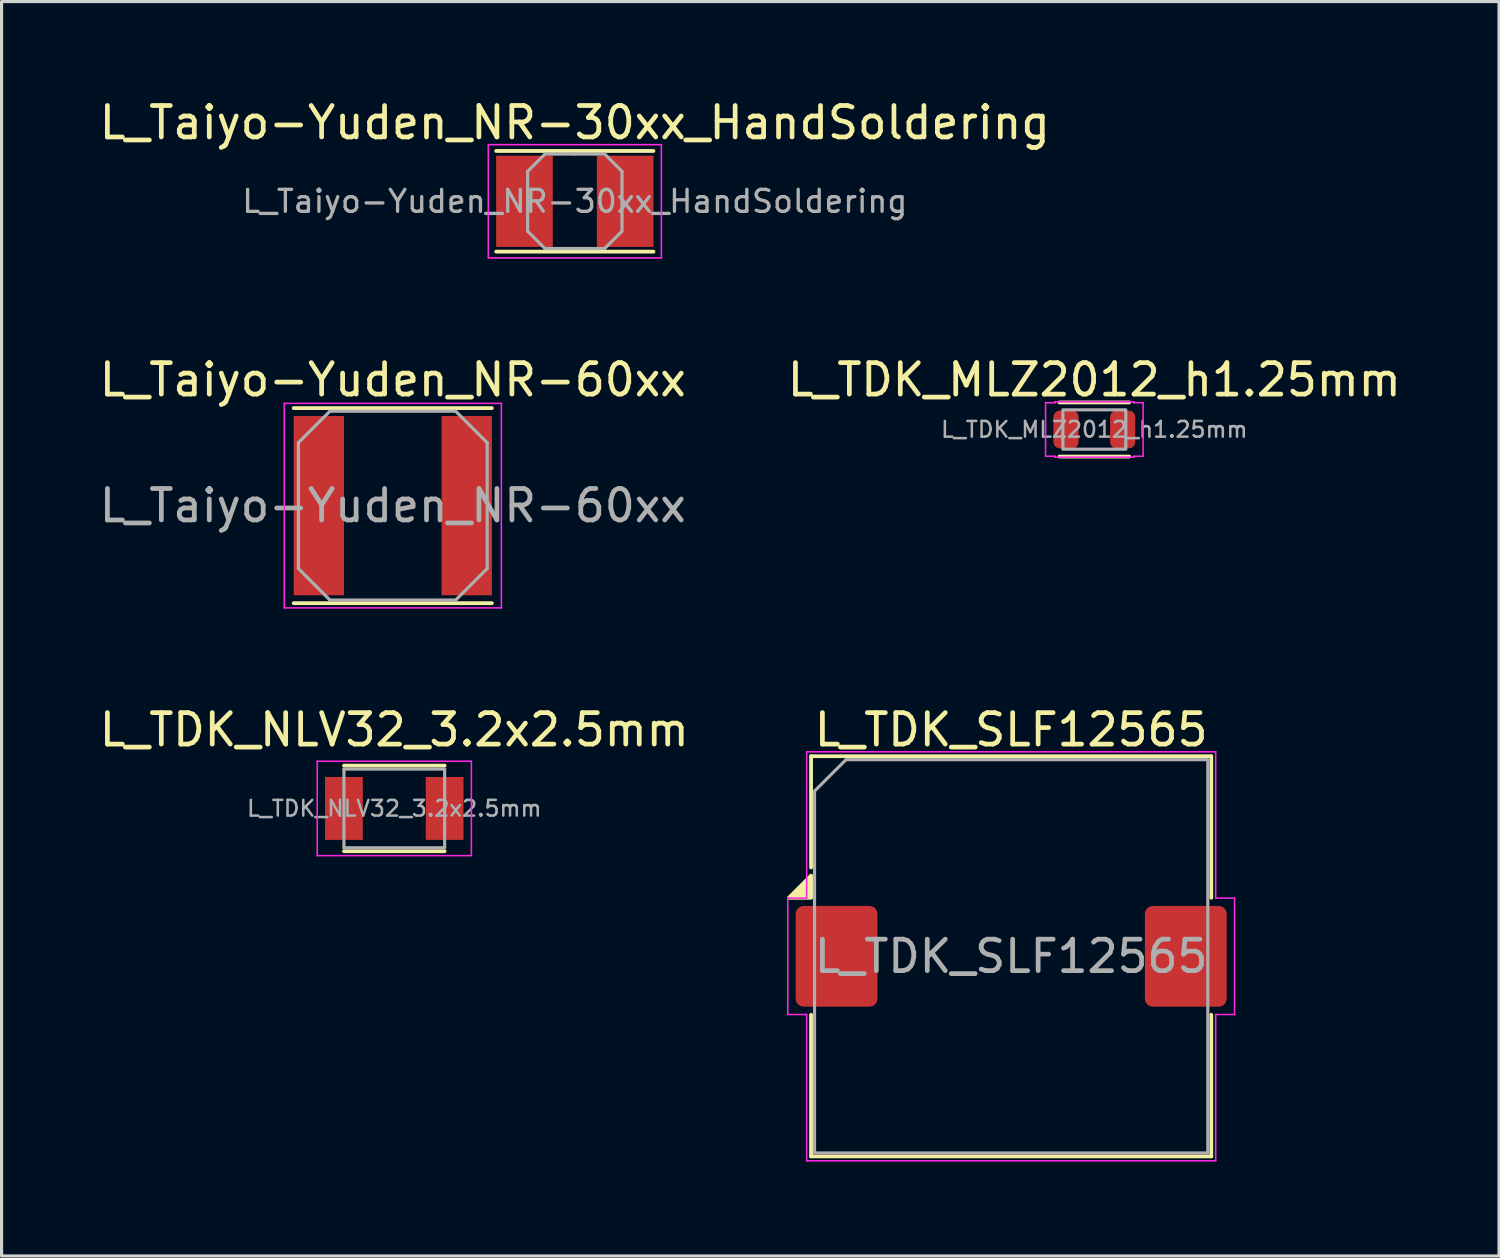
<source format=kicad_pcb>
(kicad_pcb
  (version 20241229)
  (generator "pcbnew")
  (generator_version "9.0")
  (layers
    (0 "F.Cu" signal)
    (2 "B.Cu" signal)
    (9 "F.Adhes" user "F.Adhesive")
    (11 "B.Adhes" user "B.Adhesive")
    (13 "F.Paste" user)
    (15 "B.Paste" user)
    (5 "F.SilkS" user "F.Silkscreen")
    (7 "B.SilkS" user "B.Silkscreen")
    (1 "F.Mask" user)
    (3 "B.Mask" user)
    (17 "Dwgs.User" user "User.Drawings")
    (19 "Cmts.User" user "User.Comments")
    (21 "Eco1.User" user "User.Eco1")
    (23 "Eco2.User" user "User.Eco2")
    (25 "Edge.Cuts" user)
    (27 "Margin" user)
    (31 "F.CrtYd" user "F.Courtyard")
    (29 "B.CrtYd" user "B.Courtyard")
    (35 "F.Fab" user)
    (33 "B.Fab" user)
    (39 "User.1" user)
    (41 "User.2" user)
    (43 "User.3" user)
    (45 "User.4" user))
  (footprint "L_TDK_SLF12565"
    (layer "F.Cu")
    (at 29.089 27.345)
    (property "Reference" "L_TDK_SLF12565" (at 0 -7.2 0) (layer "F.SilkS") (effects (font (size 1 1) (thickness 0.15))))
    (attr smd)
    (fp_line (start -6.36 -6.36) (end 6.36 -6.36) (stroke (width 0.12) (type solid)) (layer "F.SilkS"))
    (fp_line (start -6.36 -2.824) (end -6.36 -6.36) (stroke (width 0.12) (type solid)) (layer "F.SilkS"))
    (fp_line (start -6.36 6.36) (end -6.36 1.86) (stroke (width 0.12) (type solid)) (layer "F.SilkS"))
    (fp_line (start 6.36 -6.36) (end 6.36 -1.86) (stroke (width 0.12) (type solid)) (layer "F.SilkS"))
    (fp_line (start 6.36 1.86) (end 6.36 6.36) (stroke (width 0.12) (type solid)) (layer "F.SilkS"))
    (fp_line (start 6.36 6.36) (end -6.36 6.36) (stroke (width 0.12) (type solid)) (layer "F.SilkS"))
    (fp_poly (pts (xy -6.36 -1.86) (xy -7.064 -1.86) (xy -6.36 -2.564)) (stroke (width 0.12) (type solid)) (fill yes) (layer "F.SilkS"))
    (fp_line (start -7.1 -1.85) (end -6.5 -1.85) (stroke (width 0.05) (type solid)) (layer "F.CrtYd"))
    (fp_line (start -7.1 1.85) (end -7.1 -1.85) (stroke (width 0.05) (type solid)) (layer "F.CrtYd"))
    (fp_line (start -6.5 -6.5) (end 6.5 -6.5) (stroke (width 0.05) (type solid)) (layer "F.CrtYd"))
    (fp_line (start -6.5 -1.85) (end -6.5 -6.5) (stroke (width 0.05) (type solid)) (layer "F.CrtYd"))
    (fp_line (start -6.5 1.85) (end -7.1 1.85) (stroke (width 0.05) (type solid)) (layer "F.CrtYd"))
    (fp_line (start -6.5 6.5) (end -6.5 1.85) (stroke (width 0.05) (type solid)) (layer "F.CrtYd"))
    (fp_line (start 6.5 -6.5) (end 6.5 -1.85) (stroke (width 0.05) (type solid)) (layer "F.CrtYd"))
    (fp_line (start 6.5 -1.85) (end 7.1 -1.85) (stroke (width 0.05) (type solid)) (layer "F.CrtYd"))
    (fp_line (start 6.5 1.85) (end 6.5 6.5) (stroke (width 0.05) (type solid)) (layer "F.CrtYd"))
    (fp_line (start 6.5 6.5) (end -6.5 6.5) (stroke (width 0.05) (type solid)) (layer "F.CrtYd"))
    (fp_line (start 7.1 -1.85) (end 7.1 1.85) (stroke (width 0.05) (type solid)) (layer "F.CrtYd"))
    (fp_line (start 7.1 1.85) (end 6.5 1.85) (stroke (width 0.05) (type solid)) (layer "F.CrtYd"))
    (fp_poly (pts (xy -6.25 -5.25) (xy -6.25 6.25) (xy 6.25 6.25) (xy 6.25 -6.25) (xy -5.25 -6.25)) (stroke (width 0.1) (type solid)) (fill no) (layer "F.Fab"))
    (fp_text user "${REFERENCE}" (at 0 0 0) (layer "F.Fab") (effects (font (size 1 1) (thickness 0.15))))
    (pad "1" smd roundrect (at -5.55 0) (size 2.6 3.2) (layers "F.Cu" "F.Mask" "F.Paste") (roundrect_rratio 0.096))
    (pad "2" smd roundrect (at 5.55 0) (size 2.6 3.2) (layers "F.Cu" "F.Mask" "F.Paste") (roundrect_rratio 0.096)))
  (footprint "L_Taiyo-Yuden_NR-30xx_HandSoldering"
    (layer "F.Cu")
    (at 15.22 3.348)
    (property "Reference" "L_Taiyo-Yuden_NR-30xx_HandSoldering" (at 0 -2.5 0) (layer "F.SilkS") (effects (font (size 1 1) (thickness 0.15))))
    (attr smd)
    (fp_line (start -2.5 -1.6) (end 2.5 -1.6) (stroke (width 0.12) (type solid)) (layer "F.SilkS"))
    (fp_line (start -2.5 1.6) (end 2.5 1.6) (stroke (width 0.12) (type solid)) (layer "F.SilkS"))
    (fp_line (start -2.75 -1.8) (end -2.75 1.8) (stroke (width 0.05) (type solid)) (layer "F.CrtYd"))
    (fp_line (start -2.75 1.8) (end 2.75 1.8) (stroke (width 0.05) (type solid)) (layer "F.CrtYd"))
    (fp_line (start 2.75 -1.8) (end -2.75 -1.8) (stroke (width 0.05) (type solid)) (layer "F.CrtYd"))
    (fp_line (start 2.75 1.8) (end 2.75 -1.8) (stroke (width 0.05) (type solid)) (layer "F.CrtYd"))
    (fp_line (start -1.5 -0.95) (end -0.95 -1.5) (stroke (width 0.1) (type solid)) (layer "F.Fab"))
    (fp_line (start -1.5 0) (end -1.5 -0.95) (stroke (width 0.1) (type solid)) (layer "F.Fab"))
    (fp_line (start -1.5 0) (end -1.5 0.95) (stroke (width 0.1) (type solid)) (layer "F.Fab"))
    (fp_line (start -1.5 0.95) (end -0.95 1.5) (stroke (width 0.1) (type solid)) (layer "F.Fab"))
    (fp_line (start -0.95 -1.5) (end 0 -1.5) (stroke (width 0.1) (type solid)) (layer "F.Fab"))
    (fp_line (start -0.95 1.5) (end 0 1.5) (stroke (width 0.1) (type solid)) (layer "F.Fab"))
    (fp_line (start 0.95 -1.5) (end 0 -1.5) (stroke (width 0.1) (type solid)) (layer "F.Fab"))
    (fp_line (start 0.95 1.5) (end 0 1.5) (stroke (width 0.1) (type solid)) (layer "F.Fab"))
    (fp_line (start 1.5 -0.95) (end 0.95 -1.5) (stroke (width 0.1) (type solid)) (layer "F.Fab"))
    (fp_line (start 1.5 0) (end 1.5 -0.95) (stroke (width 0.1) (type solid)) (layer "F.Fab"))
    (fp_line (start 1.5 0) (end 1.5 0.95) (stroke (width 0.1) (type solid)) (layer "F.Fab"))
    (fp_line (start 1.5 0.95) (end 0.95 1.5) (stroke (width 0.1) (type solid)) (layer "F.Fab"))
    (fp_text user "${REFERENCE}" (at 0 0 0) (layer "F.Fab") (effects (font (size 0.7 0.7) (thickness 0.105))))
    (pad "1" smd rect (at -1.6 0) (size 1.8 2.9) (layers "F.Cu" "F.Mask" "F.Paste"))
    (pad "2" smd rect (at 1.6 0) (size 1.8 2.9) (layers "F.Cu" "F.Mask" "F.Paste")))
  (footprint "L_Taiyo-Yuden_NR-60xx"
    (layer "F.Cu")
    (at 9.435 13.021)
    (property "Reference" "L_Taiyo-Yuden_NR-60xx" (at 0 -4 0) (layer "F.SilkS") (effects (font (size 1 1) (thickness 0.15))))
    (attr smd)
    (fp_line (start -3.15 -3.1) (end 3.15 -3.1) (stroke (width 0.12) (type solid)) (layer "F.SilkS"))
    (fp_line (start -3.15 3.1) (end 3.15 3.1) (stroke (width 0.12) (type solid)) (layer "F.SilkS"))
    (fp_line (start -3.45 -3.25) (end -3.45 3.25) (stroke (width 0.05) (type solid)) (layer "F.CrtYd"))
    (fp_line (start -3.45 3.25) (end 3.45 3.25) (stroke (width 0.05) (type solid)) (layer "F.CrtYd"))
    (fp_line (start 3.45 -3.25) (end -3.45 -3.25) (stroke (width 0.05) (type solid)) (layer "F.CrtYd"))
    (fp_line (start 3.45 3.25) (end 3.45 -3.25) (stroke (width 0.05) (type solid)) (layer "F.CrtYd"))
    (fp_line (start -3 -2) (end -2 -3) (stroke (width 0.1) (type solid)) (layer "F.Fab"))
    (fp_line (start -3 2) (end -3 -2) (stroke (width 0.1) (type solid)) (layer "F.Fab"))
    (fp_line (start -3 2) (end -2 3) (stroke (width 0.1) (type solid)) (layer "F.Fab"))
    (fp_line (start -2 -3) (end 2 -3) (stroke (width 0.1) (type solid)) (layer "F.Fab"))
    (fp_line (start -2 3) (end 2 3) (stroke (width 0.1) (type solid)) (layer "F.Fab"))
    (fp_line (start 3 -2) (end 2 -3) (stroke (width 0.1) (type solid)) (layer "F.Fab"))
    (fp_line (start 3 2) (end 2 3) (stroke (width 0.1) (type solid)) (layer "F.Fab"))
    (fp_line (start 3 2) (end 3 -2) (stroke (width 0.1) (type solid)) (layer "F.Fab"))
    (fp_text user "${REFERENCE}" (at 0 0 0) (layer "F.Fab") (effects (font (size 1 1) (thickness 0.15))))
    (pad "1" smd rect (at -2.35 0) (size 1.6 5.7) (layers "F.Cu" "F.Mask" "F.Paste"))
    (pad "2" smd rect (at 2.35 0) (size 1.6 5.7) (layers "F.Cu" "F.Mask" "F.Paste")))
  (footprint "L_TDK_NLV32_3.2x2.5mm"
    (layer "F.Cu")
    (at 9.482 22.645)
    (property "Reference" "L_TDK_NLV32_3.2x2.5mm" (at 0 -2.5 0) (layer "F.SilkS") (effects (font (size 1 1) (thickness 0.15))))
    (attr smd)
    (fp_line (start -1.6 -1.36) (end 1.6 -1.36) (stroke (width 0.12) (type solid)) (layer "F.SilkS"))
    (fp_line (start 1.6 1.36) (end -1.6 1.36) (stroke (width 0.12) (type solid)) (layer "F.SilkS"))
    (fp_line (start -2.45 -1.5) (end 2.45 -1.5) (stroke (width 0.05) (type solid)) (layer "F.CrtYd"))
    (fp_line (start -2.45 1.5) (end -2.45 -1.5) (stroke (width 0.05) (type solid)) (layer "F.CrtYd"))
    (fp_line (start 2.45 -1.5) (end 2.45 1.5) (stroke (width 0.05) (type solid)) (layer "F.CrtYd"))
    (fp_line (start 2.45 1.5) (end -2.45 1.5) (stroke (width 0.05) (type solid)) (layer "F.CrtYd"))
    (fp_line (start -1.6 -1.25) (end 1.6 -1.25) (stroke (width 0.1) (type solid)) (layer "F.Fab"))
    (fp_line (start -1.6 1.25) (end -1.6 -1.25) (stroke (width 0.1) (type solid)) (layer "F.Fab"))
    (fp_line (start 1.6 -1.25) (end 1.6 1.25) (stroke (width 0.1) (type solid)) (layer "F.Fab"))
    (fp_line (start 1.6 1.25) (end -1.6 1.25) (stroke (width 0.1) (type solid)) (layer "F.Fab"))
    (fp_text user "${REFERENCE}" (at 0 0 0) (layer "F.Fab") (effects (font (size 0.5 0.5) (thickness 0.08))))
    (pad "1" smd rect (at -1.6 0) (size 1.2 2) (layers "F.Cu" "F.Mask" "F.Paste"))
    (pad "2" smd rect (at 1.6 0) (size 1.2 2) (layers "F.Cu" "F.Mask" "F.Paste")))
  (footprint "L_TDK_MLZ2012_h1.25mm"
    (layer "F.Cu")
    (at 31.732 10.601)
    (property "Reference" "L_TDK_MLZ2012_h1.25mm" (at 0 -1.58 0) (layer "F.SilkS") (effects (font (size 1 1) (thickness 0.15))))
    (attr smd)
    (fp_line (start -1.11 -0.86) (end 1.11 -0.86) (stroke (width 0.12) (type solid)) (layer "F.SilkS"))
    (fp_line (start 1.11 0.86) (end -1.11 0.86) (stroke (width 0.12) (type solid)) (layer "F.SilkS"))
    (fp_line (start -1.55 -0.85) (end -1.25 -0.85) (stroke (width 0.05) (type solid)) (layer "F.CrtYd"))
    (fp_line (start -1.55 0.85) (end -1.55 -0.85) (stroke (width 0.05) (type solid)) (layer "F.CrtYd"))
    (fp_line (start -1.25 -0.88) (end 1.25 -0.88) (stroke (width 0.05) (type solid)) (layer "F.CrtYd"))
    (fp_line (start -1.25 -0.85) (end -1.25 -0.88) (stroke (width 0.05) (type solid)) (layer "F.CrtYd"))
    (fp_line (start -1.25 0.85) (end -1.55 0.85) (stroke (width 0.05) (type solid)) (layer "F.CrtYd"))
    (fp_line (start -1.25 0.88) (end -1.25 0.85) (stroke (width 0.05) (type solid)) (layer "F.CrtYd"))
    (fp_line (start 1.25 -0.88) (end 1.25 -0.85) (stroke (width 0.05) (type solid)) (layer "F.CrtYd"))
    (fp_line (start 1.25 -0.85) (end 1.55 -0.85) (stroke (width 0.05) (type solid)) (layer "F.CrtYd"))
    (fp_line (start 1.25 0.85) (end 1.25 0.88) (stroke (width 0.05) (type solid)) (layer "F.CrtYd"))
    (fp_line (start 1.25 0.88) (end -1.25 0.88) (stroke (width 0.05) (type solid)) (layer "F.CrtYd"))
    (fp_line (start 1.55 -0.85) (end 1.55 0.85) (stroke (width 0.05) (type solid)) (layer "F.CrtYd"))
    (fp_line (start 1.55 0.85) (end 1.25 0.85) (stroke (width 0.05) (type solid)) (layer "F.CrtYd"))
    (fp_rect (start -1 -0.625) (end 1 0.625) (stroke (width 0.1) (type solid)) (fill no) (layer "F.Fab"))
    (fp_text user "${REFERENCE}" (at 0 0 0) (layer "F.Fab") (effects (font (size 0.5 0.5) (thickness 0.08))))
    (pad "1" smd roundrect (at -0.9 0) (size 0.8 1.2) (layers "F.Cu" "F.Mask" "F.Paste") (roundrect_rratio 0.25))
    (pad "2" smd roundrect (at 0.9 0) (size 0.8 1.2) (layers "F.Cu" "F.Mask" "F.Paste") (roundrect_rratio 0.25)))
  (gr_rect
    (start -3 -3)
    (end 44.595 36.87)
    (stroke (width 0.1) (type default))
    (fill no)
    (layer "Edge.Cuts")))
</source>
